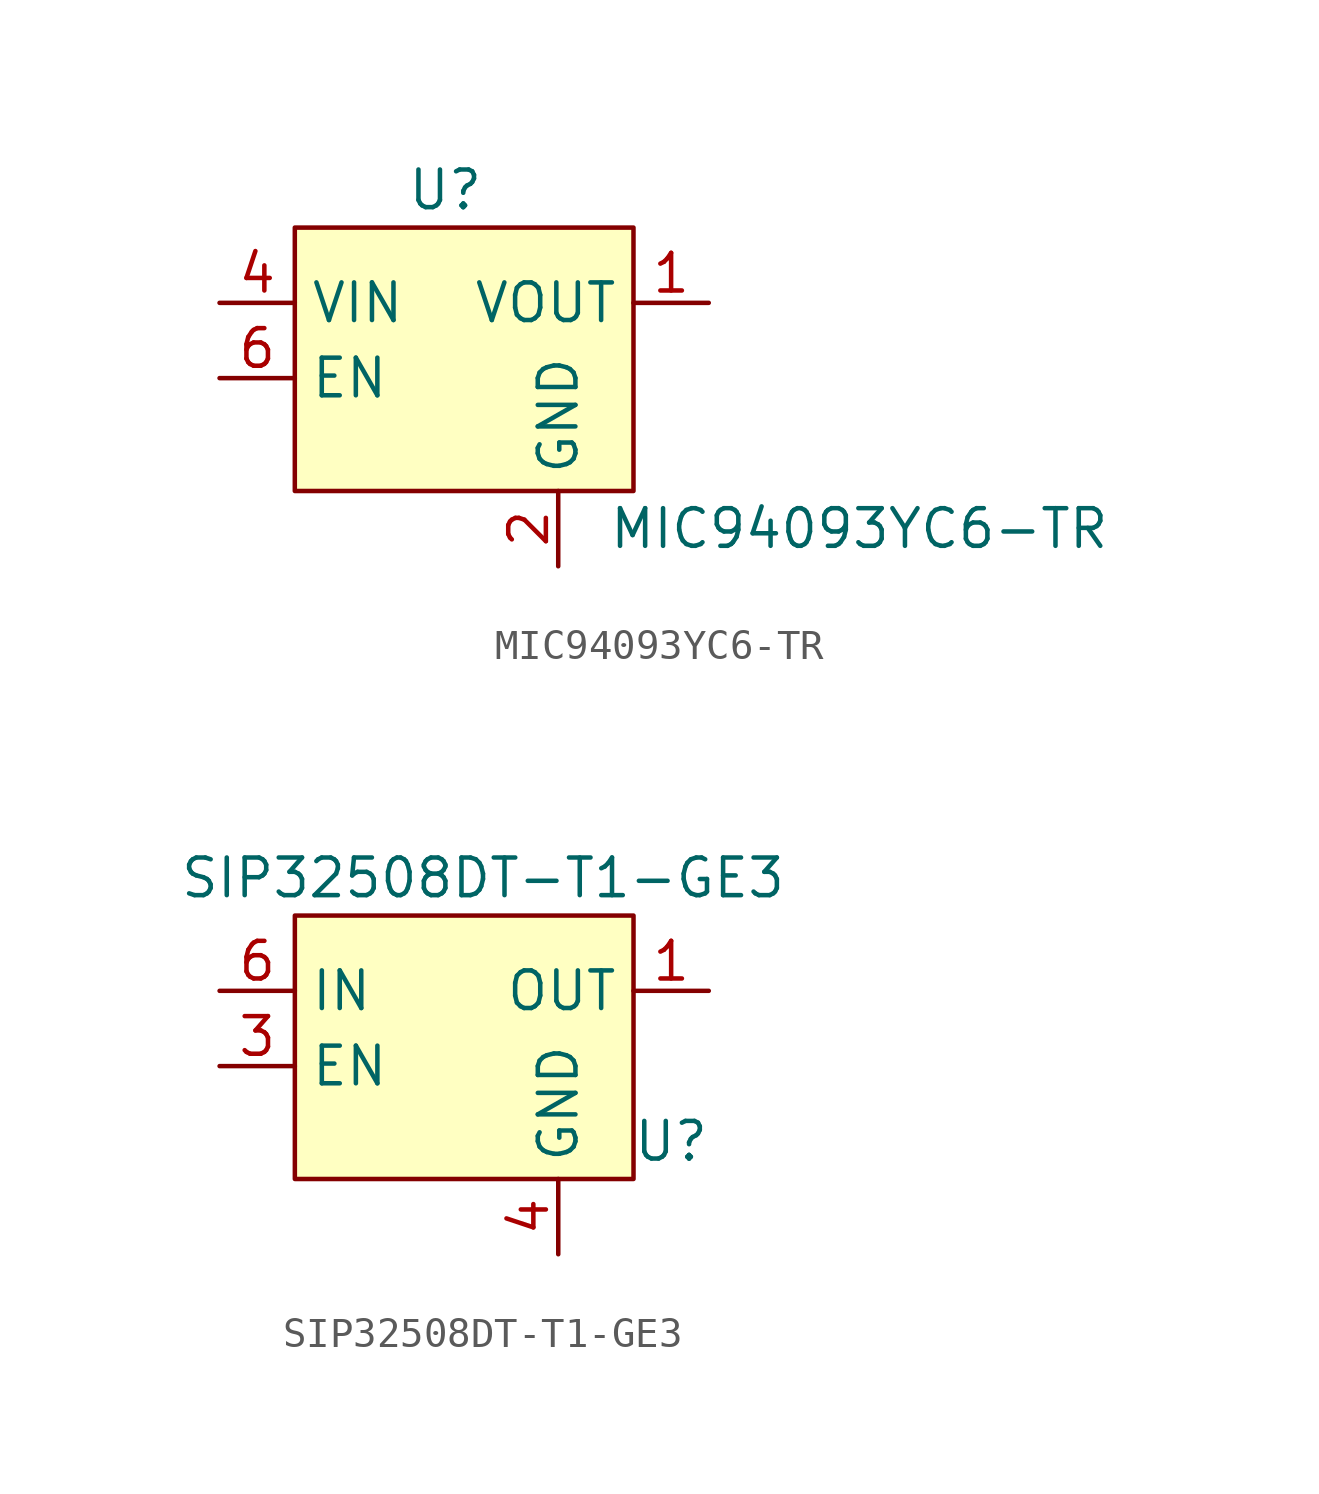
<source format=kicad_sym>
(kicad_symbol_lib
  (version 20211014)
  (generator kicad_symbol_editor)
  (symbol "MIC94093YC6-TR"
    (property "Reference" "U"
      (at 0 10.16 0)
      (effects (font (size 1.27 1.27))))
    (property "Value" "MIC94093YC6-TR"
      (at 13.97 -1.27 0)
      (effects (font (size 1.27 1.27))))
    (symbol "MIC94093YC6-TR_0_1"
      (rectangle (start -5.08 8.89) (end 6.35 0) (stroke (width 0.152) (type default) (color 0 0 0 0)) (fill (type background))))
    (symbol "MIC94093YC6-TR_1_1"
      (pin input line (at 8.89 6.35 180) (length 2.54) (name "VOUT" (effects (font (size 1.27 1.27)))) (number "1" (effects (font (size 1.27 1.27)))))
      (pin input line (at 3.81 -2.54 90) (length 2.54) (name "GND" (effects (font (size 1.27 1.27)))) (number "2" (effects (font (size 1.27 1.27)))))
      (pin input line (at 0 3.81 180) (length 2.54) hide (name "NC" (effects (font (size 1.27 1.27)))) (number "3" (effects (font (size 1.27 1.27)))))
      (pin input line (at -7.62 6.35 0) (length 2.54) (name "VIN" (effects (font (size 1.27 1.27)))) (number "4" (effects (font (size 1.27 1.27)))))
      (pin input line (at 3.81 -2.54 90) (length 2.54) hide (name "GND" (effects (font (size 1.27 1.27)))) (number "5" (effects (font (size 1.27 1.27)))))
      (pin input line (at -7.62 3.81 0) (length 2.54) (name "EN" (effects (font (size 1.27 1.27)))) (number "6" (effects (font (size 1.27 1.27)))))))
  (symbol "SIP32508DT-T1-GE3"
    (property "Reference" "U"
      (at 7.62 -5.08 0)
      (effects (font (size 1.27 1.27))))
    (property "Value" "SIP32508DT-T1-GE3"
      (at 1.27 3.81 0)
      (effects (font (size 1.27 1.27))))
    (symbol "SIP32508DT-T1-GE3_0_1"
      (rectangle (start -5.08 2.54) (end 6.35 -6.35) (stroke (width 0.152) (type default) (color 0 0 0 0)) (fill (type background))))
    (symbol "SIP32508DT-T1-GE3_1_1"
      (pin input line (at 8.89 0 180) (length 2.54) (name "OUT" (effects (font (size 1.27 1.27)))) (number "1" (effects (font (size 1.27 1.27)))))
      (pin input line (at 8.89 0 180) (length 2.54) hide (name "OUT" (effects (font (size 1.27 1.27)))) (number "2" (effects (font (size 1.27 1.27)))))
      (pin input line (at -7.62 -2.54 0) (length 2.54) (name "EN" (effects (font (size 1.27 1.27)))) (number "3" (effects (font (size 1.27 1.27)))))
      (pin input line (at 3.81 -8.89 90) (length 2.54) (name "GND" (effects (font (size 1.27 1.27)))) (number "4" (effects (font (size 1.27 1.27)))))
      (pin input line (at -7.62 0 0) (length 2.54) hide (name "IN" (effects (font (size 1.27 1.27)))) (number "5" (effects (font (size 1.27 1.27)))))
      (pin input line (at -7.62 0 0) (length 2.54) (name "IN" (effects (font (size 1.27 1.27)))) (number "6" (effects (font (size 1.27 1.27))))))))
</source>
